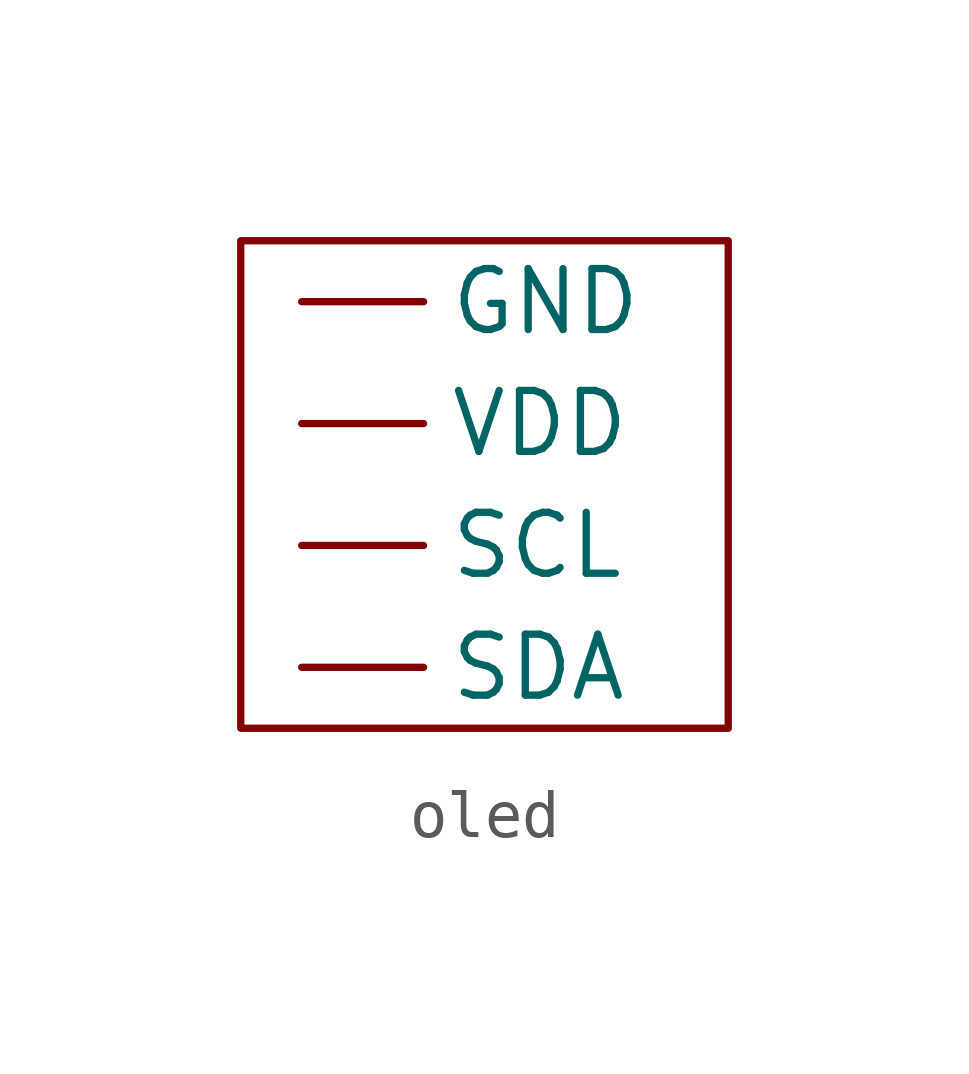
<source format=kicad_sym>
(kicad_symbol_lib
  (version 20231120)
  (generator "kicad_symbol_editor")
  (generator_version "8.0")
  (symbol "oled"
    (property "Reference" "U"
      (at 0 0 0)
      (effects (font (size 1.27 1.27)) (hide yes)))
    (property "Value" ""
      (at 0 0 0)
      (effects (font (size 1.27 1.27))))
    (symbol "oled_0_1"
      (rectangle (start -2.54 2.54) (end 7.62 -7.62) (stroke (width 0) (type default)) (fill (type none))))
    (symbol "oled_1_1"
      (pin input line (at -1.27 1.27 0) (length 2.54) (name "GND" (effects (font (size 1.27 1.27)))) (number "" (effects (font (size 1.27 1.27)))))
      (pin input line (at -1.27 -3.81 0) (length 2.54) (name "SCL" (effects (font (size 1.27 1.27)))) (number "" (effects (font (size 1.27 1.27)))))
      (pin input line (at -1.27 -6.35 0) (length 2.54) (name "SDA" (effects (font (size 1.27 1.27)))) (number "" (effects (font (size 1.27 1.27)))))
      (pin input line (at -1.27 -1.27 0) (length 2.54) (name "VDD" (effects (font (size 1.27 1.27)))) (number "" (effects (font (size 1.27 1.27))))))))
</source>
